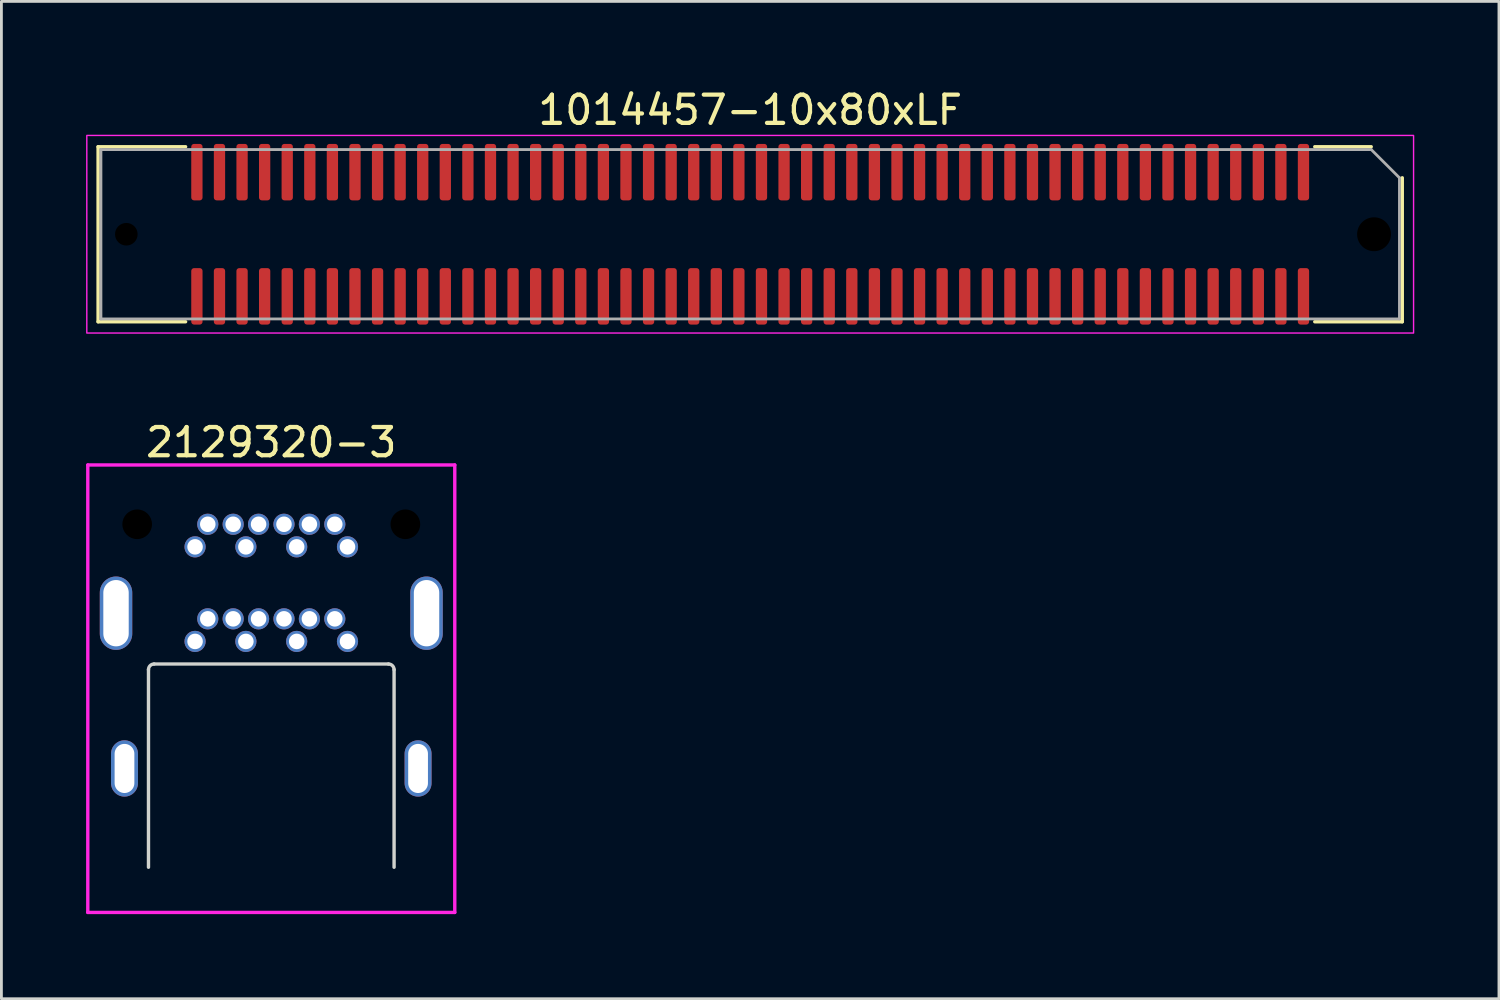
<source format=kicad_pcb>
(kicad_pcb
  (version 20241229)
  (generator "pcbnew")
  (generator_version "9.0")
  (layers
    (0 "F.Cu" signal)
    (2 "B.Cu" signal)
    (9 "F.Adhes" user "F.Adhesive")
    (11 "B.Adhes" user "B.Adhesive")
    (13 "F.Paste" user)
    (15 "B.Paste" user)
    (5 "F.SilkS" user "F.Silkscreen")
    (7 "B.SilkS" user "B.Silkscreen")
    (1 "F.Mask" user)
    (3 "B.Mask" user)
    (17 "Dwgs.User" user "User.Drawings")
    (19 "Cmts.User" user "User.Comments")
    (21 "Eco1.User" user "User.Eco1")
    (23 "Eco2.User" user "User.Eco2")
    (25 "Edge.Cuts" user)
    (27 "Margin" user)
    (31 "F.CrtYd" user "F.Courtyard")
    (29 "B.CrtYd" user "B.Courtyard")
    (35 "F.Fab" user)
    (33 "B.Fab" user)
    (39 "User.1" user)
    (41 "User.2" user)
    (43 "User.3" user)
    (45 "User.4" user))
  (footprint "2129320-3"
    (layer "F.Cu")
    (at 6.56 24.172)
    (property "Reference" "2129320-3" (at 0 -11.55 0) (unlocked yes) (layer "F.SilkS") (effects (font (size 1 1) (thickness 0.15))))
    (fp_line (start -4.35 3.5) (end -4.35 -3.5) (stroke (width 0.12) (type solid)) (layer "Edge.Cuts"))
    (fp_line (start -4.15 -3.7) (end 4.15 -3.7) (stroke (width 0.12) (type solid)) (layer "Edge.Cuts"))
    (fp_line (start 4.35 -3.5) (end 4.35 3.5) (stroke (width 0.12) (type solid)) (layer "Edge.Cuts"))
    (fp_arc (start -4.35 -3.5) (mid -4.291421 -3.641421) (end -4.15 -3.7) (stroke (width 0.12) (type solid)) (layer "Edge.Cuts"))
    (fp_arc (start 4.15 -3.7) (mid 4.291421 -3.641421) (end 4.35 -3.5) (stroke (width 0.12) (type solid)) (layer "Edge.Cuts"))
    (fp_line (start -6.5 -10.75) (end 6.5 -10.75) (stroke (width 0.12) (type solid)) (layer "F.CrtYd"))
    (fp_line (start -6.5 5.1) (end -6.5 -10.75) (stroke (width 0.12) (type solid)) (layer "F.CrtYd"))
    (fp_line (start 6.5 -10.75) (end 6.5 5.1) (stroke (width 0.12) (type solid)) (layer "F.CrtYd"))
    (fp_line (start 6.5 5.1) (end -6.5 5.1) (stroke (width 0.12) (type solid)) (layer "F.CrtYd"))
    (pad "" np_thru_hole circle (at -4.75 -8.65) (size 1.05 1.05) (drill 1.05) (layers "*.Mask"))
    (pad "" np_thru_hole circle (at 4.75 -8.65) (size 1.05 1.05) (drill 1.05) (layers "*.Mask"))
    (pad "1" thru_hole circle (at -2.7 -4.5) (size 0.75 0.75) (drill 0.55) (layers "*.Cu" "*.Mask"))
    (pad "2" thru_hole circle (at -2.7 -7.85) (size 0.75 0.75) (drill 0.55) (layers "*.Cu" "*.Mask"))
    (pad "3" thru_hole circle (at -2.25 -5.3) (size 0.75 0.75) (drill 0.55) (layers "*.Cu" "*.Mask"))
    (pad "4" thru_hole circle (at -2.25 -8.65) (size 0.75 0.75) (drill 0.55) (layers "*.Cu" "*.Mask"))
    (pad "5" thru_hole circle (at -1.35 -5.3) (size 0.75 0.75) (drill 0.55) (layers "*.Cu" "*.Mask"))
    (pad "6" thru_hole circle (at -1.35 -8.65) (size 0.75 0.75) (drill 0.55) (layers "*.Cu" "*.Mask"))
    (pad "7" thru_hole circle (at -0.9 -4.5) (size 0.75 0.75) (drill 0.55) (layers "*.Cu" "*.Mask"))
    (pad "8" thru_hole circle (at -0.9 -7.85) (size 0.75 0.75) (drill 0.55) (layers "*.Cu" "*.Mask"))
    (pad "9" thru_hole circle (at -0.45 -5.3) (size 0.75 0.75) (drill 0.55) (layers "*.Cu" "*.Mask"))
    (pad "10" thru_hole circle (at -0.45 -8.65) (size 0.75 0.75) (drill 0.55) (layers "*.Cu" "*.Mask"))
    (pad "11" thru_hole circle (at 0.45 -5.3) (size 0.75 0.75) (drill 0.55) (layers "*.Cu" "*.Mask"))
    (pad "12" thru_hole circle (at 0.45 -8.65) (size 0.75 0.75) (drill 0.55) (layers "*.Cu" "*.Mask"))
    (pad "13" thru_hole circle (at 0.9 -4.5) (size 0.75 0.75) (drill 0.55) (layers "*.Cu" "*.Mask"))
    (pad "14" thru_hole circle (at 0.9 -7.85) (size 0.75 0.75) (drill 0.55) (layers "*.Cu" "*.Mask"))
    (pad "15" thru_hole circle (at 1.35 -5.3) (size 0.75 0.75) (drill 0.55) (layers "*.Cu" "*.Mask"))
    (pad "16" thru_hole circle (at 1.35 -8.65) (size 0.75 0.75) (drill 0.55) (layers "*.Cu" "*.Mask"))
    (pad "17" thru_hole circle (at 2.25 -5.3) (size 0.75 0.75) (drill 0.55) (layers "*.Cu" "*.Mask"))
    (pad "18" thru_hole circle (at 2.25 -8.65) (size 0.75 0.75) (drill 0.55) (layers "*.Cu" "*.Mask"))
    (pad "19" thru_hole circle (at 2.7 -4.5) (size 0.75 0.75) (drill 0.55) (layers "*.Cu" "*.Mask"))
    (pad "20" thru_hole circle (at 2.7 -7.85) (size 0.75 0.75) (drill 0.55) (layers "*.Cu" "*.Mask"))
    (pad "SH" thru_hole oval (at -5.5 -5.5) (size 1.15 2.6) (drill oval 0.9 2.35) (layers "*.Cu" "*.Mask"))
    (pad "SH" thru_hole oval (at -5.2 0) (size 0.955 1.995) (drill oval 0.7 1.74) (layers "*.Cu" "*.Mask"))
    (pad "SH" thru_hole oval (at 5.2 0) (size 0.955 1.995) (drill oval 0.7 1.74) (layers "*.Cu" "*.Mask"))
    (pad "SH" thru_hole oval (at 5.5 -5.5) (size 1.15 2.6) (drill oval 0.9 2.35) (layers "*.Cu" "*.Mask")))
  (footprint "1014457-10x80xLF"
    (layer "F.Cu")
    (at 23.525 5.248)
    (property "Reference" "1014457-10x80xLF" (at 0 -4.4 0) (unlocked yes) (layer "F.SilkS") (effects (font (size 1 1) (thickness 0.15))))
    (attr smd)
    (fp_line (start -23.1 3.1) (end -23.1 -3.1) (stroke (width 0.12) (type default)) (layer "F.SilkS"))
    (fp_line (start -20 -3.1) (end -23.1 -3.1) (stroke (width 0.12) (type default)) (layer "F.SilkS"))
    (fp_line (start -20 3.1) (end -23.1 3.1) (stroke (width 0.12) (type default)) (layer "F.SilkS"))
    (fp_line (start 22 -3.1) (end 20 -3.1) (stroke (width 0.12) (type default)) (layer "F.SilkS"))
    (fp_line (start 23.1 3.1) (end 20 3.1) (stroke (width 0.12) (type default)) (layer "F.SilkS"))
    (fp_line (start 23.1 3.1) (end 23.1 -2) (stroke (width 0.12) (type default)) (layer "F.SilkS"))
    (fp_rect (start -23.5 -3.5) (end 23.5 3.5) (stroke (width 0.05) (type default)) (fill no) (layer "F.CrtYd"))
    (fp_line (start -23 -3) (end 22 -3) (stroke (width 0.1) (type default)) (layer "F.Fab"))
    (fp_line (start -23 3) (end -23 -3) (stroke (width 0.1) (type default)) (layer "F.Fab"))
    (fp_line (start 23 -2) (end 22 -3) (stroke (width 0.1) (type default)) (layer "F.Fab"))
    (fp_line (start 23 -2) (end 23 3) (stroke (width 0.1) (type default)) (layer "F.Fab"))
    (fp_line (start 23 3) (end -23 3) (stroke (width 0.1) (type default)) (layer "F.Fab"))
    (pad "" np_thru_hole circle (at -22.1 0) (size 0.8 0.8) (drill 0.8) (layers "*.Mask"))
    (pad "" np_thru_hole circle (at 22.1 0) (size 1.2 1.2) (drill 1.2) (layers "*.Mask"))
    (pad "1" smd roundrect (at 19.6 -2.2) (size 0.4 2) (layers "F.Cu" "F.Mask" "F.Paste") (roundrect_rratio 0.25))
    (pad "2" smd roundrect (at 19.6 2.2) (size 0.4 2) (layers "F.Cu" "F.Mask" "F.Paste") (roundrect_rratio 0.25))
    (pad "3" smd roundrect (at 18.8 -2.2) (size 0.4 2) (layers "F.Cu" "F.Mask" "F.Paste") (roundrect_rratio 0.25))
    (pad "4" smd roundrect (at 18.8 2.2) (size 0.4 2) (layers "F.Cu" "F.Mask" "F.Paste") (roundrect_rratio 0.25))
    (pad "5" smd roundrect (at 18 -2.2) (size 0.4 2) (layers "F.Cu" "F.Mask" "F.Paste") (roundrect_rratio 0.25))
    (pad "6" smd roundrect (at 18 2.2) (size 0.4 2) (layers "F.Cu" "F.Mask" "F.Paste") (roundrect_rratio 0.25))
    (pad "7" smd roundrect (at 17.2 -2.2) (size 0.4 2) (layers "F.Cu" "F.Mask" "F.Paste") (roundrect_rratio 0.25))
    (pad "8" smd roundrect (at 17.2 2.2) (size 0.4 2) (layers "F.Cu" "F.Mask" "F.Paste") (roundrect_rratio 0.25))
    (pad "9" smd roundrect (at 16.4 -2.2) (size 0.4 2) (layers "F.Cu" "F.Mask" "F.Paste") (roundrect_rratio 0.25))
    (pad "10" smd roundrect (at 16.4 2.2) (size 0.4 2) (layers "F.Cu" "F.Mask" "F.Paste") (roundrect_rratio 0.25))
    (pad "11" smd roundrect (at 15.6 -2.2) (size 0.4 2) (layers "F.Cu" "F.Mask" "F.Paste") (roundrect_rratio 0.25))
    (pad "12" smd roundrect (at 15.6 2.2) (size 0.4 2) (layers "F.Cu" "F.Mask" "F.Paste") (roundrect_rratio 0.25))
    (pad "13" smd roundrect (at 14.8 -2.2) (size 0.4 2) (layers "F.Cu" "F.Mask" "F.Paste") (roundrect_rratio 0.25))
    (pad "14" smd roundrect (at 14.8 2.2) (size 0.4 2) (layers "F.Cu" "F.Mask" "F.Paste") (roundrect_rratio 0.25))
    (pad "15" smd roundrect (at 14 -2.2) (size 0.4 2) (layers "F.Cu" "F.Mask" "F.Paste") (roundrect_rratio 0.25))
    (pad "16" smd roundrect (at 14 2.2) (size 0.4 2) (layers "F.Cu" "F.Mask" "F.Paste") (roundrect_rratio 0.25))
    (pad "17" smd roundrect (at 13.2 -2.2) (size 0.4 2) (layers "F.Cu" "F.Mask" "F.Paste") (roundrect_rratio 0.25))
    (pad "18" smd roundrect (at 13.2 2.2) (size 0.4 2) (layers "F.Cu" "F.Mask" "F.Paste") (roundrect_rratio 0.25))
    (pad "19" smd roundrect (at 12.4 -2.2) (size 0.4 2) (layers "F.Cu" "F.Mask" "F.Paste") (roundrect_rratio 0.25))
    (pad "20" smd roundrect (at 12.4 2.2) (size 0.4 2) (layers "F.Cu" "F.Mask" "F.Paste") (roundrect_rratio 0.25))
    (pad "21" smd roundrect (at 11.6 -2.2) (size 0.4 2) (layers "F.Cu" "F.Mask" "F.Paste") (roundrect_rratio 0.25))
    (pad "22" smd roundrect (at 11.6 2.2) (size 0.4 2) (layers "F.Cu" "F.Mask" "F.Paste") (roundrect_rratio 0.25))
    (pad "23" smd roundrect (at 10.8 -2.2) (size 0.4 2) (layers "F.Cu" "F.Mask" "F.Paste") (roundrect_rratio 0.25))
    (pad "24" smd roundrect (at 10.8 2.2) (size 0.4 2) (layers "F.Cu" "F.Mask" "F.Paste") (roundrect_rratio 0.25))
    (pad "25" smd roundrect (at 10 -2.2) (size 0.4 2) (layers "F.Cu" "F.Mask" "F.Paste") (roundrect_rratio 0.25))
    (pad "26" smd roundrect (at 10 2.2) (size 0.4 2) (layers "F.Cu" "F.Mask" "F.Paste") (roundrect_rratio 0.25))
    (pad "27" smd roundrect (at 9.2 -2.2) (size 0.4 2) (layers "F.Cu" "F.Mask" "F.Paste") (roundrect_rratio 0.25))
    (pad "28" smd roundrect (at 9.2 2.2) (size 0.4 2) (layers "F.Cu" "F.Mask" "F.Paste") (roundrect_rratio 0.25))
    (pad "29" smd roundrect (at 8.4 -2.2) (size 0.4 2) (layers "F.Cu" "F.Mask" "F.Paste") (roundrect_rratio 0.25))
    (pad "30" smd roundrect (at 8.4 2.2) (size 0.4 2) (layers "F.Cu" "F.Mask" "F.Paste") (roundrect_rratio 0.25))
    (pad "31" smd roundrect (at 7.6 -2.2) (size 0.4 2) (layers "F.Cu" "F.Mask" "F.Paste") (roundrect_rratio 0.25))
    (pad "32" smd roundrect (at 7.6 2.2) (size 0.4 2) (layers "F.Cu" "F.Mask" "F.Paste") (roundrect_rratio 0.25))
    (pad "33" smd roundrect (at 6.8 -2.2) (size 0.4 2) (layers "F.Cu" "F.Mask" "F.Paste") (roundrect_rratio 0.25))
    (pad "34" smd roundrect (at 6.8 2.2) (size 0.4 2) (layers "F.Cu" "F.Mask" "F.Paste") (roundrect_rratio 0.25))
    (pad "35" smd roundrect (at 6 -2.2) (size 0.4 2) (layers "F.Cu" "F.Mask" "F.Paste") (roundrect_rratio 0.25))
    (pad "36" smd roundrect (at 6 2.2) (size 0.4 2) (layers "F.Cu" "F.Mask" "F.Paste") (roundrect_rratio 0.25))
    (pad "37" smd roundrect (at 5.2 -2.2) (size 0.4 2) (layers "F.Cu" "F.Mask" "F.Paste") (roundrect_rratio 0.25))
    (pad "38" smd roundrect (at 5.2 2.2) (size 0.4 2) (layers "F.Cu" "F.Mask" "F.Paste") (roundrect_rratio 0.25))
    (pad "39" smd roundrect (at 4.4 -2.2) (size 0.4 2) (layers "F.Cu" "F.Mask" "F.Paste") (roundrect_rratio 0.25))
    (pad "40" smd roundrect (at 4.4 2.2) (size 0.4 2) (layers "F.Cu" "F.Mask" "F.Paste") (roundrect_rratio 0.25))
    (pad "41" smd roundrect (at 3.6 -2.2) (size 0.4 2) (layers "F.Cu" "F.Mask" "F.Paste") (roundrect_rratio 0.25))
    (pad "42" smd roundrect (at 3.6 2.2) (size 0.4 2) (layers "F.Cu" "F.Mask" "F.Paste") (roundrect_rratio 0.25))
    (pad "43" smd roundrect (at 2.8 -2.2) (size 0.4 2) (layers "F.Cu" "F.Mask" "F.Paste") (roundrect_rratio 0.25))
    (pad "44" smd roundrect (at 2.8 2.2) (size 0.4 2) (layers "F.Cu" "F.Mask" "F.Paste") (roundrect_rratio 0.25))
    (pad "45" smd roundrect (at 2 -2.2) (size 0.4 2) (layers "F.Cu" "F.Mask" "F.Paste") (roundrect_rratio 0.25))
    (pad "46" smd roundrect (at 2 2.2) (size 0.4 2) (layers "F.Cu" "F.Mask" "F.Paste") (roundrect_rratio 0.25))
    (pad "47" smd roundrect (at 1.2 -2.2) (size 0.4 2) (layers "F.Cu" "F.Mask" "F.Paste") (roundrect_rratio 0.25))
    (pad "48" smd roundrect (at 1.2 2.2) (size 0.4 2) (layers "F.Cu" "F.Mask" "F.Paste") (roundrect_rratio 0.25))
    (pad "49" smd roundrect (at 0.4 -2.2) (size 0.4 2) (layers "F.Cu" "F.Mask" "F.Paste") (roundrect_rratio 0.25))
    (pad "50" smd roundrect (at 0.4 2.2) (size 0.4 2) (layers "F.Cu" "F.Mask" "F.Paste") (roundrect_rratio 0.25))
    (pad "51" smd roundrect (at -0.4 -2.2) (size 0.4 2) (layers "F.Cu" "F.Mask" "F.Paste") (roundrect_rratio 0.25))
    (pad "52" smd roundrect (at -0.4 2.2) (size 0.4 2) (layers "F.Cu" "F.Mask" "F.Paste") (roundrect_rratio 0.25))
    (pad "53" smd roundrect (at -1.2 -2.2) (size 0.4 2) (layers "F.Cu" "F.Mask" "F.Paste") (roundrect_rratio 0.25))
    (pad "54" smd roundrect (at -1.2 2.2) (size 0.4 2) (layers "F.Cu" "F.Mask" "F.Paste") (roundrect_rratio 0.25))
    (pad "55" smd roundrect (at -2 -2.2) (size 0.4 2) (layers "F.Cu" "F.Mask" "F.Paste") (roundrect_rratio 0.25))
    (pad "56" smd roundrect (at -2 2.2) (size 0.4 2) (layers "F.Cu" "F.Mask" "F.Paste") (roundrect_rratio 0.25))
    (pad "57" smd roundrect (at -2.8 -2.2) (size 0.4 2) (layers "F.Cu" "F.Mask" "F.Paste") (roundrect_rratio 0.25))
    (pad "58" smd roundrect (at -2.8 2.2) (size 0.4 2) (layers "F.Cu" "F.Mask" "F.Paste") (roundrect_rratio 0.25))
    (pad "59" smd roundrect (at -3.6 -2.2) (size 0.4 2) (layers "F.Cu" "F.Mask" "F.Paste") (roundrect_rratio 0.25))
    (pad "60" smd roundrect (at -3.6 2.2) (size 0.4 2) (layers "F.Cu" "F.Mask" "F.Paste") (roundrect_rratio 0.25))
    (pad "61" smd roundrect (at -4.4 -2.2) (size 0.4 2) (layers "F.Cu" "F.Mask" "F.Paste") (roundrect_rratio 0.25))
    (pad "62" smd roundrect (at -4.4 2.2) (size 0.4 2) (layers "F.Cu" "F.Mask" "F.Paste") (roundrect_rratio 0.25))
    (pad "63" smd roundrect (at -5.2 -2.2) (size 0.4 2) (layers "F.Cu" "F.Mask" "F.Paste") (roundrect_rratio 0.25))
    (pad "64" smd roundrect (at -5.2 2.2) (size 0.4 2) (layers "F.Cu" "F.Mask" "F.Paste") (roundrect_rratio 0.25))
    (pad "65" smd roundrect (at -6 -2.2) (size 0.4 2) (layers "F.Cu" "F.Mask" "F.Paste") (roundrect_rratio 0.25))
    (pad "66" smd roundrect (at -6 2.2) (size 0.4 2) (layers "F.Cu" "F.Mask" "F.Paste") (roundrect_rratio 0.25))
    (pad "67" smd roundrect (at -6.8 -2.2) (size 0.4 2) (layers "F.Cu" "F.Mask" "F.Paste") (roundrect_rratio 0.25))
    (pad "68" smd roundrect (at -6.8 2.2) (size 0.4 2) (layers "F.Cu" "F.Mask" "F.Paste") (roundrect_rratio 0.25))
    (pad "69" smd roundrect (at -7.6 -2.2) (size 0.4 2) (layers "F.Cu" "F.Mask" "F.Paste") (roundrect_rratio 0.25))
    (pad "70" smd roundrect (at -7.6 2.2) (size 0.4 2) (layers "F.Cu" "F.Mask" "F.Paste") (roundrect_rratio 0.25))
    (pad "71" smd roundrect (at -8.4 -2.2) (size 0.4 2) (layers "F.Cu" "F.Mask" "F.Paste") (roundrect_rratio 0.25))
    (pad "72" smd roundrect (at -8.4 2.2) (size 0.4 2) (layers "F.Cu" "F.Mask" "F.Paste") (roundrect_rratio 0.25))
    (pad "73" smd roundrect (at -9.2 -2.2) (size 0.4 2) (layers "F.Cu" "F.Mask" "F.Paste") (roundrect_rratio 0.25))
    (pad "74" smd roundrect (at -9.2 2.2) (size 0.4 2) (layers "F.Cu" "F.Mask" "F.Paste") (roundrect_rratio 0.25))
    (pad "75" smd roundrect (at -10 -2.2) (size 0.4 2) (layers "F.Cu" "F.Mask" "F.Paste") (roundrect_rratio 0.25))
    (pad "76" smd roundrect (at -10 2.2) (size 0.4 2) (layers "F.Cu" "F.Mask" "F.Paste") (roundrect_rratio 0.25))
    (pad "77" smd roundrect (at -10.8 -2.2) (size 0.4 2) (layers "F.Cu" "F.Mask" "F.Paste") (roundrect_rratio 0.25))
    (pad "78" smd roundrect (at -10.8 2.2) (size 0.4 2) (layers "F.Cu" "F.Mask" "F.Paste") (roundrect_rratio 0.25))
    (pad "79" smd roundrect (at -11.6 -2.2) (size 0.4 2) (layers "F.Cu" "F.Mask" "F.Paste") (roundrect_rratio 0.25))
    (pad "80" smd roundrect (at -11.6 2.2) (size 0.4 2) (layers "F.Cu" "F.Mask" "F.Paste") (roundrect_rratio 0.25))
    (pad "81" smd roundrect (at -12.4 -2.2) (size 0.4 2) (layers "F.Cu" "F.Mask" "F.Paste") (roundrect_rratio 0.25))
    (pad "82" smd roundrect (at -12.4 2.2) (size 0.4 2) (layers "F.Cu" "F.Mask" "F.Paste") (roundrect_rratio 0.25))
    (pad "83" smd roundrect (at -13.2 -2.2) (size 0.4 2) (layers "F.Cu" "F.Mask" "F.Paste") (roundrect_rratio 0.25))
    (pad "84" smd roundrect (at -13.2 2.2) (size 0.4 2) (layers "F.Cu" "F.Mask" "F.Paste") (roundrect_rratio 0.25))
    (pad "85" smd roundrect (at -14 -2.2) (size 0.4 2) (layers "F.Cu" "F.Mask" "F.Paste") (roundrect_rratio 0.25))
    (pad "86" smd roundrect (at -14 2.2) (size 0.4 2) (layers "F.Cu" "F.Mask" "F.Paste") (roundrect_rratio 0.25))
    (pad "87" smd roundrect (at -14.8 -2.2) (size 0.4 2) (layers "F.Cu" "F.Mask" "F.Paste") (roundrect_rratio 0.25))
    (pad "88" smd roundrect (at -14.8 2.2) (size 0.4 2) (layers "F.Cu" "F.Mask" "F.Paste") (roundrect_rratio 0.25))
    (pad "89" smd roundrect (at -15.6 -2.2) (size 0.4 2) (layers "F.Cu" "F.Mask" "F.Paste") (roundrect_rratio 0.25))
    (pad "90" smd roundrect (at -15.6 2.2) (size 0.4 2) (layers "F.Cu" "F.Mask" "F.Paste") (roundrect_rratio 0.25))
    (pad "91" smd roundrect (at -16.4 -2.2) (size 0.4 2) (layers "F.Cu" "F.Mask" "F.Paste") (roundrect_rratio 0.25))
    (pad "92" smd roundrect (at -16.4 2.2) (size 0.4 2) (layers "F.Cu" "F.Mask" "F.Paste") (roundrect_rratio 0.25))
    (pad "93" smd roundrect (at -17.2 -2.2) (size 0.4 2) (layers "F.Cu" "F.Mask" "F.Paste") (roundrect_rratio 0.25))
    (pad "94" smd roundrect (at -17.2 2.2) (size 0.4 2) (layers "F.Cu" "F.Mask" "F.Paste") (roundrect_rratio 0.25))
    (pad "95" smd roundrect (at -18 -2.2) (size 0.4 2) (layers "F.Cu" "F.Mask" "F.Paste") (roundrect_rratio 0.25))
    (pad "96" smd roundrect (at -18 2.2) (size 0.4 2) (layers "F.Cu" "F.Mask" "F.Paste") (roundrect_rratio 0.25))
    (pad "97" smd roundrect (at -18.8 -2.2) (size 0.4 2) (layers "F.Cu" "F.Mask" "F.Paste") (roundrect_rratio 0.25))
    (pad "98" smd roundrect (at -18.8 2.2) (size 0.4 2) (layers "F.Cu" "F.Mask" "F.Paste") (roundrect_rratio 0.25))
    (pad "99" smd roundrect (at -19.6 -2.2) (size 0.4 2) (layers "F.Cu" "F.Mask" "F.Paste") (roundrect_rratio 0.25))
    (pad "100" smd roundrect (at -19.6 2.2) (size 0.4 2) (layers "F.Cu" "F.Mask" "F.Paste") (roundrect_rratio 0.25)))
  (gr_rect
    (start -3 -3)
    (end 50.05 32.331)
    (stroke (width 0.1) (type default))
    (fill no)
    (layer "Edge.Cuts")))
</source>
